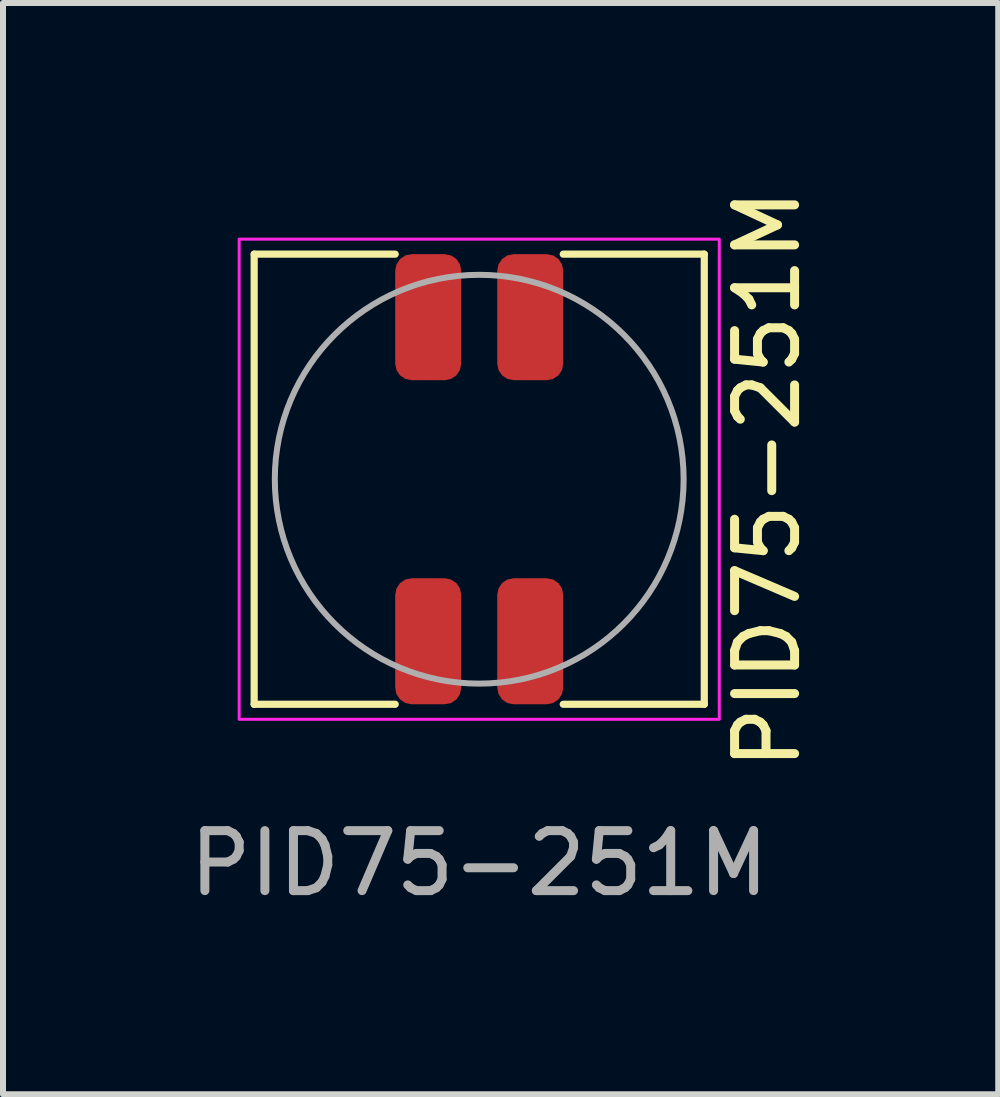
<source format=kicad_pcb>
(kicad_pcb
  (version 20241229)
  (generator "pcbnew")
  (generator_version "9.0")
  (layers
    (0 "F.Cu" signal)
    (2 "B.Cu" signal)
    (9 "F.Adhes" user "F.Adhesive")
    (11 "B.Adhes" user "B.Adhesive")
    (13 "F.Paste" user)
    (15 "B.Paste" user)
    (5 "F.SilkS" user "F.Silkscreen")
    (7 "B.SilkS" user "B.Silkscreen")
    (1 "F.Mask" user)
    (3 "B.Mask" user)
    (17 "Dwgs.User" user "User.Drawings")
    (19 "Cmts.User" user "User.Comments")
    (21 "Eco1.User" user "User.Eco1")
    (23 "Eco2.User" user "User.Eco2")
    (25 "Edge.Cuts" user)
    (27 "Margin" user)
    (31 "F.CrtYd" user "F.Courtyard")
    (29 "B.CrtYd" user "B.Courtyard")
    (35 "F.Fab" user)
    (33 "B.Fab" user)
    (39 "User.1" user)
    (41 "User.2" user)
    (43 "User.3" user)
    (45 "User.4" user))
  (footprint "PID75-251M"
    (layer "F.Cu")
    (at 4.935 4.935)
    (property "Reference" "PID75-251M" (at 4.8 0 90) (unlocked yes) (layer "F.SilkS") (effects (font (size 1 1) (thickness 0.15))))
    (attr smd)
    (fp_line (start -3.75 -3.75) (end -3.75 3.75) (stroke (width 0.12) (type solid)) (layer "F.SilkS"))
    (fp_line (start -3.75 3.75) (end -1.4 3.75) (stroke (width 0.12) (type solid)) (layer "F.SilkS"))
    (fp_line (start -1.4 -3.75) (end -3.75 -3.75) (stroke (width 0.12) (type solid)) (layer "F.SilkS"))
    (fp_line (start 1.4 3.75) (end 3.75 3.75) (stroke (width 0.12) (type solid)) (layer "F.SilkS"))
    (fp_line (start 3.75 -3.75) (end 1.4 -3.75) (stroke (width 0.12) (type solid)) (layer "F.SilkS"))
    (fp_line (start 3.75 3.75) (end 3.75 -3.75) (stroke (width 0.12) (type solid)) (layer "F.SilkS"))
    (fp_rect (start -4 -4) (end 4 4) (stroke (width 0.05) (type solid)) (fill no) (layer "F.CrtYd"))
    (fp_circle (center 0 0) (end -3.4 -0.2) (stroke (width 0.1) (type solid)) (fill no) (layer "F.Fab"))
    (fp_text user "${REFERENCE}" (at 0 6.4 0) (unlocked yes) (layer "F.Fab") (effects (font (size 1 1) (thickness 0.15))))
    (pad "1" smd roundrect (at -0.85 2.7) (size 1.1 2.1) (layers "F.Cu" "F.Mask" "F.Paste") (roundrect_rratio 0.25))
    (pad "2" smd roundrect (at 0.85 2.7) (size 1.1 2.1) (layers "F.Cu" "F.Mask" "F.Paste") (roundrect_rratio 0.25))
    (pad "3" smd roundrect (at 0.85 -2.7) (size 1.1 2.1) (layers "F.Cu" "F.Mask" "F.Paste") (roundrect_rratio 0.25))
    (pad "4" smd roundrect (at -0.85 -2.7) (size 1.1 2.1) (layers "F.Cu" "F.Mask" "F.Paste") (roundrect_rratio 0.25)))
  (gr_rect
    (start -3 -3)
    (end 13.583 15.183)
    (stroke (width 0.1) (type default))
    (fill no)
    (layer "Edge.Cuts")))
</source>
